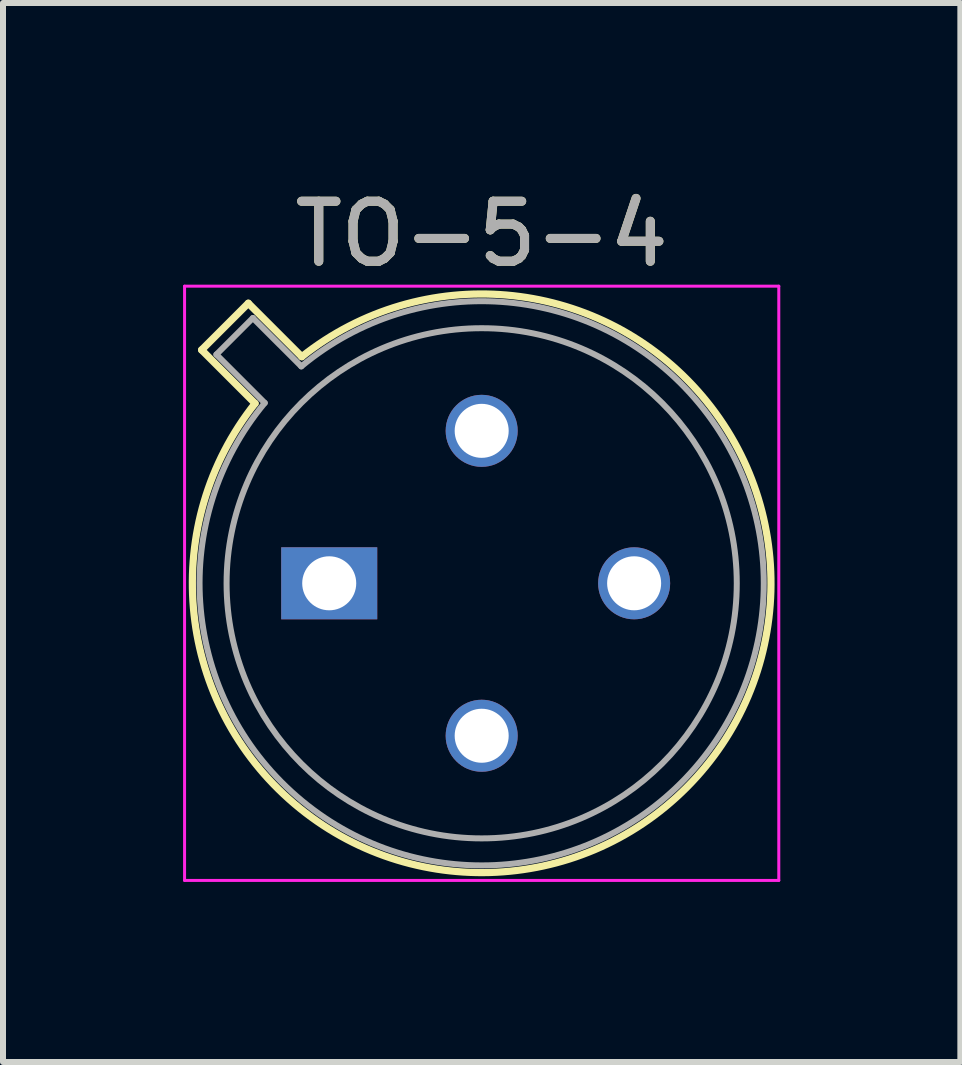
<source format=kicad_pcb>
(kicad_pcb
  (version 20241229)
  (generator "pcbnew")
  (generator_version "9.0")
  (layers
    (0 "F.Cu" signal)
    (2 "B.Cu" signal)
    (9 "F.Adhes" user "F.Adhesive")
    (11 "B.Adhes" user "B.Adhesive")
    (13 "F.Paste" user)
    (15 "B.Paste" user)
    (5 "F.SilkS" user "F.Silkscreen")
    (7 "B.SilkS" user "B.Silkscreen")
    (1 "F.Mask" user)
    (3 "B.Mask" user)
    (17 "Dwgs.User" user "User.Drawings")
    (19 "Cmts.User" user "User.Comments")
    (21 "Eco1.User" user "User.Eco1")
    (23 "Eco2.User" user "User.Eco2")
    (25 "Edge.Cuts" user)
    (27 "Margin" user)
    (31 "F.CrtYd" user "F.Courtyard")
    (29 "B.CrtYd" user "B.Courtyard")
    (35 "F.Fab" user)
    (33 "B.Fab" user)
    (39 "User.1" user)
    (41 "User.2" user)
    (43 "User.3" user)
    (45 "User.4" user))
  (footprint "TO-5-4"
    (layer "F.Cu")
    (at 2.435 6.668)
    (property "Reference" "TO-5-4" (at 2.54 -5.82 0) (layer "F.SilkS") (effects (font (size 1 1) (thickness 0.15))))
    (attr through_hole)
    (fp_line (start -2.126 -3.888) (end -1.235 -2.997) (stroke (width 0.12) (type solid)) (layer "F.SilkS"))
    (fp_line (start -1.348 -4.666) (end -2.126 -3.888) (stroke (width 0.12) (type solid)) (layer "F.SilkS"))
    (fp_line (start -0.457 -3.775) (end -1.348 -4.666) (stroke (width 0.12) (type solid)) (layer "F.SilkS"))
    (fp_arc (start -0.457084 -3.774902) (mid 5.948125 3.408384) (end -1.234674 -2.997371) (stroke (width 0.12) (type solid)) (layer "F.SilkS"))
    (fp_line (start -2.41 -4.95) (end -2.41 4.95) (stroke (width 0.05) (type solid)) (layer "F.CrtYd"))
    (fp_line (start -2.41 4.95) (end 7.49 4.95) (stroke (width 0.05) (type solid)) (layer "F.CrtYd"))
    (fp_line (start 7.49 -4.95) (end -2.41 -4.95) (stroke (width 0.05) (type solid)) (layer "F.CrtYd"))
    (fp_line (start 7.49 4.95) (end 7.49 -4.95) (stroke (width 0.05) (type solid)) (layer "F.CrtYd"))
    (fp_line (start -1.88 -3.812) (end -1.074 -3.005) (stroke (width 0.1) (type solid)) (layer "F.Fab"))
    (fp_line (start -1.272 -4.42) (end -1.88 -3.812) (stroke (width 0.1) (type solid)) (layer "F.Fab"))
    (fp_line (start -0.465 -3.614) (end -1.272 -4.42) (stroke (width 0.1) (type solid)) (layer "F.Fab"))
    (fp_arc (start -0.465408 -3.61352) (mid 5.863443 3.323361) (end -1.073594 -3.005319) (stroke (width 0.1) (type solid)) (layer "F.Fab"))
    (fp_circle (center 2.54 0) (end 6.79 0) (stroke (width 0.1) (type solid)) (fill no) (layer "F.Fab"))
    (fp_text user "${REFERENCE}" (at 2.54 -5.82 0) (layer "F.Fab") (effects (font (size 1 1) (thickness 0.15))))
    (pad "1" thru_hole rect (at 0 0) (size 1.6 1.2) (drill 0.9) (layers "*.Cu" "*.Mask"))
    (pad "2" thru_hole oval (at 2.54 2.54) (size 1.2 1.2) (drill 0.9) (layers "*.Cu" "*.Mask"))
    (pad "3" thru_hole oval (at 5.08 0) (size 1.2 1.2) (drill 0.9) (layers "*.Cu" "*.Mask"))
    (pad "4" thru_hole oval (at 2.54 -2.54) (size 1.2 1.2) (drill 0.9) (layers "*.Cu" "*.Mask")))
  (gr_rect
    (start -3 -3)
    (end 12.95 14.643)
    (stroke (width 0.1) (type default))
    (fill no)
    (layer "Edge.Cuts")))
</source>
